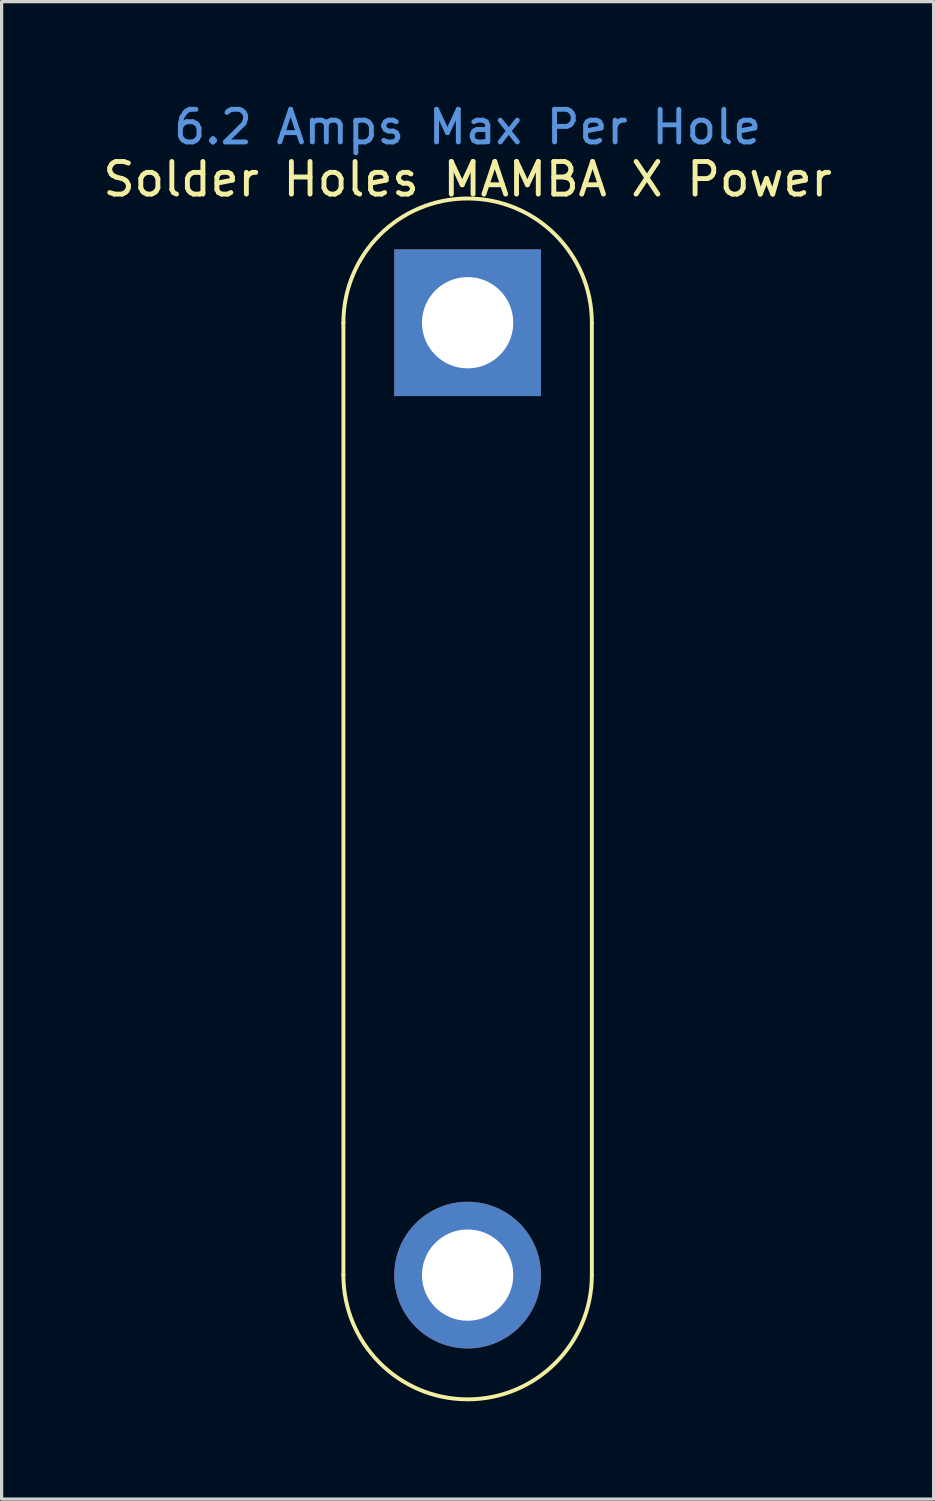
<source format=kicad_pcb>
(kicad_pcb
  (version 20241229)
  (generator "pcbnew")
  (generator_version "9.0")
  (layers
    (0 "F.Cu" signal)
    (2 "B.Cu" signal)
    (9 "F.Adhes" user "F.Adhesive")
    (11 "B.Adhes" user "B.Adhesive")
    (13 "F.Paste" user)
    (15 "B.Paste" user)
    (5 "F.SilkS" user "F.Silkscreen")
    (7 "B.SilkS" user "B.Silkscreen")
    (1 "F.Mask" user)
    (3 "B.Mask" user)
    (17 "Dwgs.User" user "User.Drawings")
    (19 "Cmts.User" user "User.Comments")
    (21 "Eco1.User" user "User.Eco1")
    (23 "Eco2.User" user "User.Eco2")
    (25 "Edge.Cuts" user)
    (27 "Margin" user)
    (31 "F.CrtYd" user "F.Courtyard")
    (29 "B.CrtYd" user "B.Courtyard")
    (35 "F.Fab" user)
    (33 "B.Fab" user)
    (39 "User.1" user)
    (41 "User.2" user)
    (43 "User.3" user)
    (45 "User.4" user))
  (footprint "Solder Holes MAMBA X Power"
    (layer "F.Cu")
    (at 11.292 6.848)
    (property "Reference" "Solder Holes MAMBA X Power" (at 0 -4.4 0) (unlocked yes) (layer "F.SilkS") (effects (font (size 1 1) (thickness 0.15))))
    (attr through_hole)
    (fp_line (start -3.81 0) (end -3.81 29.21) (stroke (width 0.12) (type solid)) (layer "F.SilkS"))
    (fp_line (start 3.81 29.21) (end 3.81 0) (stroke (width 0.12) (type solid)) (layer "F.SilkS"))
    (fp_arc (start -3.81 0) (mid 0 -3.81) (end 3.81 0) (stroke (width 0.12) (type solid)) (layer "F.SilkS"))
    (fp_arc (start 3.81 29.21) (mid 0 33.02) (end -3.81 29.21) (stroke (width 0.12) (type solid)) (layer "F.SilkS"))
    (fp_text user "6.2 Amps Max Per Hole" (at 0 -6 0) (unlocked yes) (layer "Cmts.User") (effects (font (size 1 1) (thickness 0.15))))
    (pad "1" thru_hole rect (at 0 0) (size 4.5 4.5) (drill 2.8) (layers "*.Cu" "*.Mask"))
    (pad "2" thru_hole circle (at 0 29.21) (size 4.5 4.5) (drill 2.8) (layers "*.Cu" "*.Mask")))
  (gr_rect
    (start -3 -3)
    (end 25.583 42.928)
    (stroke (width 0.1) (type default))
    (fill no)
    (layer "Edge.Cuts")))
</source>
